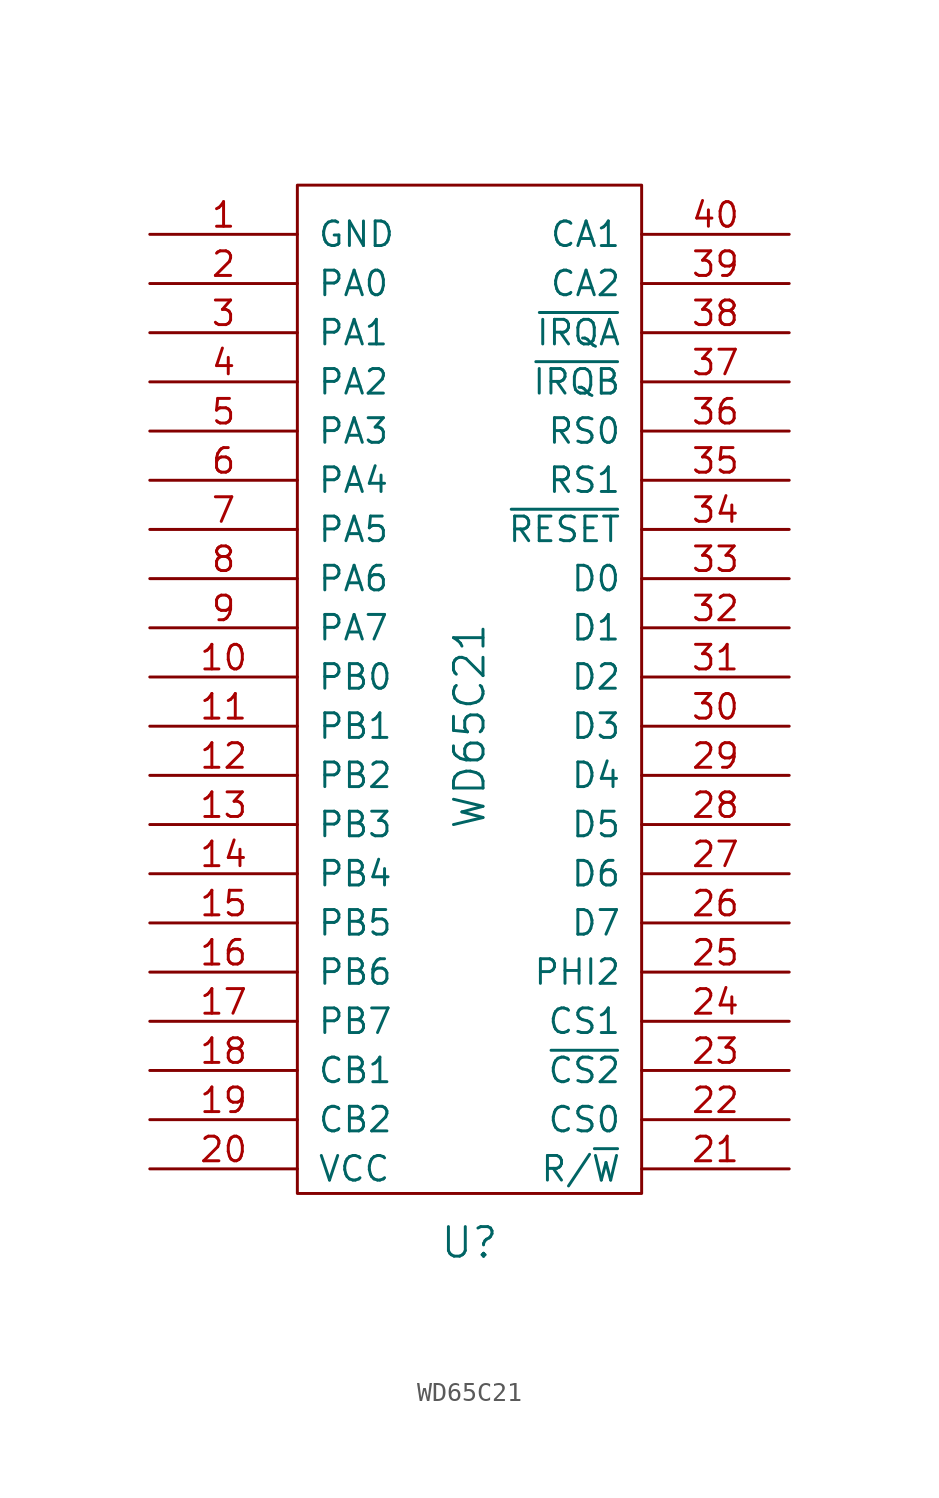
<source format=kicad_sym>
(kicad_symbol_lib
  (version 20211014)
  (generator kicad_symbol_editor)
  (symbol "WD65C21"
    (pin_names
      (offset 1.016))
    (property "Reference" "U"
      (at 0 -29.21 0)
      (effects (font (size 1.524 1.524))))
    (property "Value" "WD65C21"
      (at 0 -2.54 90)
      (effects (font (size 1.524 1.524))))
    (property "Footprint" ""
      (at -12.7 5.08 0)
      (effects (font (size 1.524 1.524))))
    (property "Datasheet" ""
      (at -12.7 5.08 0)
      (effects (font (size 1.524 1.524))))
    (symbol "WD65C21_0_1"
      (rectangle (start -8.89 25.4) (end 8.89 -26.67) (stroke (width 0) (type default) (color 0 0 0 0)) (fill (type none))))
    (symbol "WD65C21_1_1"
      (pin output line (at -16.51 22.86 0) (length 7.62) (name "GND" (effects (font (size 1.27 1.27)))) (number "1" (effects (font (size 1.27 1.27)))))
      (pin bidirectional line (at -16.51 0 0) (length 7.62) (name "PB0" (effects (font (size 1.27 1.27)))) (number "10" (effects (font (size 1.27 1.27)))))
      (pin bidirectional line (at -16.51 -2.54 0) (length 7.62) (name "PB1" (effects (font (size 1.27 1.27)))) (number "11" (effects (font (size 1.27 1.27)))))
      (pin bidirectional line (at -16.51 -5.08 0) (length 7.62) (name "PB2" (effects (font (size 1.27 1.27)))) (number "12" (effects (font (size 1.27 1.27)))))
      (pin bidirectional line (at -16.51 -7.62 0) (length 7.62) (name "PB3" (effects (font (size 1.27 1.27)))) (number "13" (effects (font (size 1.27 1.27)))))
      (pin bidirectional line (at -16.51 -10.16 0) (length 7.62) (name "PB4" (effects (font (size 1.27 1.27)))) (number "14" (effects (font (size 1.27 1.27)))))
      (pin bidirectional line (at -16.51 -12.7 0) (length 7.62) (name "PB5" (effects (font (size 1.27 1.27)))) (number "15" (effects (font (size 1.27 1.27)))))
      (pin bidirectional line (at -16.51 -15.24 0) (length 7.62) (name "PB6" (effects (font (size 1.27 1.27)))) (number "16" (effects (font (size 1.27 1.27)))))
      (pin bidirectional line (at -16.51 -17.78 0) (length 7.62) (name "PB7" (effects (font (size 1.27 1.27)))) (number "17" (effects (font (size 1.27 1.27)))))
      (pin bidirectional line (at -16.51 -20.32 0) (length 7.62) (name "CB1" (effects (font (size 1.27 1.27)))) (number "18" (effects (font (size 1.27 1.27)))))
      (pin output line (at -16.51 -22.86 0) (length 7.62) (name "CB2" (effects (font (size 1.27 1.27)))) (number "19" (effects (font (size 1.27 1.27)))))
      (pin bidirectional line (at -16.51 20.32 0) (length 7.62) (name "PA0" (effects (font (size 1.27 1.27)))) (number "2" (effects (font (size 1.27 1.27)))))
      (pin power_in line (at -16.51 -25.4 0) (length 7.62) (name "VCC" (effects (font (size 1.27 1.27)))) (number "20" (effects (font (size 1.27 1.27)))))
      (pin input line (at 16.51 -25.4 180) (length 7.62) (name "R/~{W}" (effects (font (size 1.27 1.27)))) (number "21" (effects (font (size 1.27 1.27)))))
      (pin input line (at 16.51 -22.86 180) (length 7.62) (name "CS0" (effects (font (size 1.27 1.27)))) (number "22" (effects (font (size 1.27 1.27)))))
      (pin input line (at 16.51 -20.32 180) (length 7.62) (name "~{CS2}" (effects (font (size 1.27 1.27)))) (number "23" (effects (font (size 1.27 1.27)))))
      (pin input line (at 16.51 -17.78 180) (length 7.62) (name "CS1" (effects (font (size 1.27 1.27)))) (number "24" (effects (font (size 1.27 1.27)))))
      (pin input line (at 16.51 -15.24 180) (length 7.62) (name "PHI2" (effects (font (size 1.27 1.27)))) (number "25" (effects (font (size 1.27 1.27)))))
      (pin tri_state line (at 16.51 -12.7 180) (length 7.62) (name "D7" (effects (font (size 1.27 1.27)))) (number "26" (effects (font (size 1.27 1.27)))))
      (pin tri_state line (at 16.51 -10.16 180) (length 7.62) (name "D6" (effects (font (size 1.27 1.27)))) (number "27" (effects (font (size 1.27 1.27)))))
      (pin tri_state line (at 16.51 -7.62 180) (length 7.62) (name "D5" (effects (font (size 1.27 1.27)))) (number "28" (effects (font (size 1.27 1.27)))))
      (pin tri_state line (at 16.51 -5.08 180) (length 7.62) (name "D4" (effects (font (size 1.27 1.27)))) (number "29" (effects (font (size 1.27 1.27)))))
      (pin bidirectional line (at -16.51 17.78 0) (length 7.62) (name "PA1" (effects (font (size 1.27 1.27)))) (number "3" (effects (font (size 1.27 1.27)))))
      (pin tri_state line (at 16.51 -2.54 180) (length 7.62) (name "D3" (effects (font (size 1.27 1.27)))) (number "30" (effects (font (size 1.27 1.27)))))
      (pin tri_state line (at 16.51 0 180) (length 7.62) (name "D2" (effects (font (size 1.27 1.27)))) (number "31" (effects (font (size 1.27 1.27)))))
      (pin tri_state line (at 16.51 2.54 180) (length 7.62) (name "D1" (effects (font (size 1.27 1.27)))) (number "32" (effects (font (size 1.27 1.27)))))
      (pin tri_state line (at 16.51 5.08 180) (length 7.62) (name "D0" (effects (font (size 1.27 1.27)))) (number "33" (effects (font (size 1.27 1.27)))))
      (pin input line (at 16.51 7.62 180) (length 7.62) (name "~{RESET}" (effects (font (size 1.27 1.27)))) (number "34" (effects (font (size 1.27 1.27)))))
      (pin input line (at 16.51 10.16 180) (length 7.62) (name "RS1" (effects (font (size 1.27 1.27)))) (number "35" (effects (font (size 1.27 1.27)))))
      (pin input line (at 16.51 12.7 180) (length 7.62) (name "RS0" (effects (font (size 1.27 1.27)))) (number "36" (effects (font (size 1.27 1.27)))))
      (pin output line (at 16.51 15.24 180) (length 7.62) (name "~{IRQB}" (effects (font (size 1.27 1.27)))) (number "37" (effects (font (size 1.27 1.27)))))
      (pin output line (at 16.51 17.78 180) (length 7.62) (name "~{IRQA}" (effects (font (size 1.27 1.27)))) (number "38" (effects (font (size 1.27 1.27)))))
      (pin bidirectional line (at 16.51 20.32 180) (length 7.62) (name "CA2" (effects (font (size 1.27 1.27)))) (number "39" (effects (font (size 1.27 1.27)))))
      (pin bidirectional line (at -16.51 15.24 0) (length 7.62) (name "PA2" (effects (font (size 1.27 1.27)))) (number "4" (effects (font (size 1.27 1.27)))))
      (pin bidirectional line (at 16.51 22.86 180) (length 7.62) (name "CA1" (effects (font (size 1.27 1.27)))) (number "40" (effects (font (size 1.27 1.27)))))
      (pin bidirectional line (at -16.51 12.7 0) (length 7.62) (name "PA3" (effects (font (size 1.27 1.27)))) (number "5" (effects (font (size 1.27 1.27)))))
      (pin bidirectional line (at -16.51 10.16 0) (length 7.62) (name "PA4" (effects (font (size 1.27 1.27)))) (number "6" (effects (font (size 1.27 1.27)))))
      (pin bidirectional line (at -16.51 7.62 0) (length 7.62) (name "PA5" (effects (font (size 1.27 1.27)))) (number "7" (effects (font (size 1.27 1.27)))))
      (pin bidirectional line (at -16.51 5.08 0) (length 7.62) (name "PA6" (effects (font (size 1.27 1.27)))) (number "8" (effects (font (size 1.27 1.27)))))
      (pin bidirectional line (at -16.51 2.54 0) (length 7.62) (name "PA7" (effects (font (size 1.27 1.27)))) (number "9" (effects (font (size 1.27 1.27))))))))
</source>
